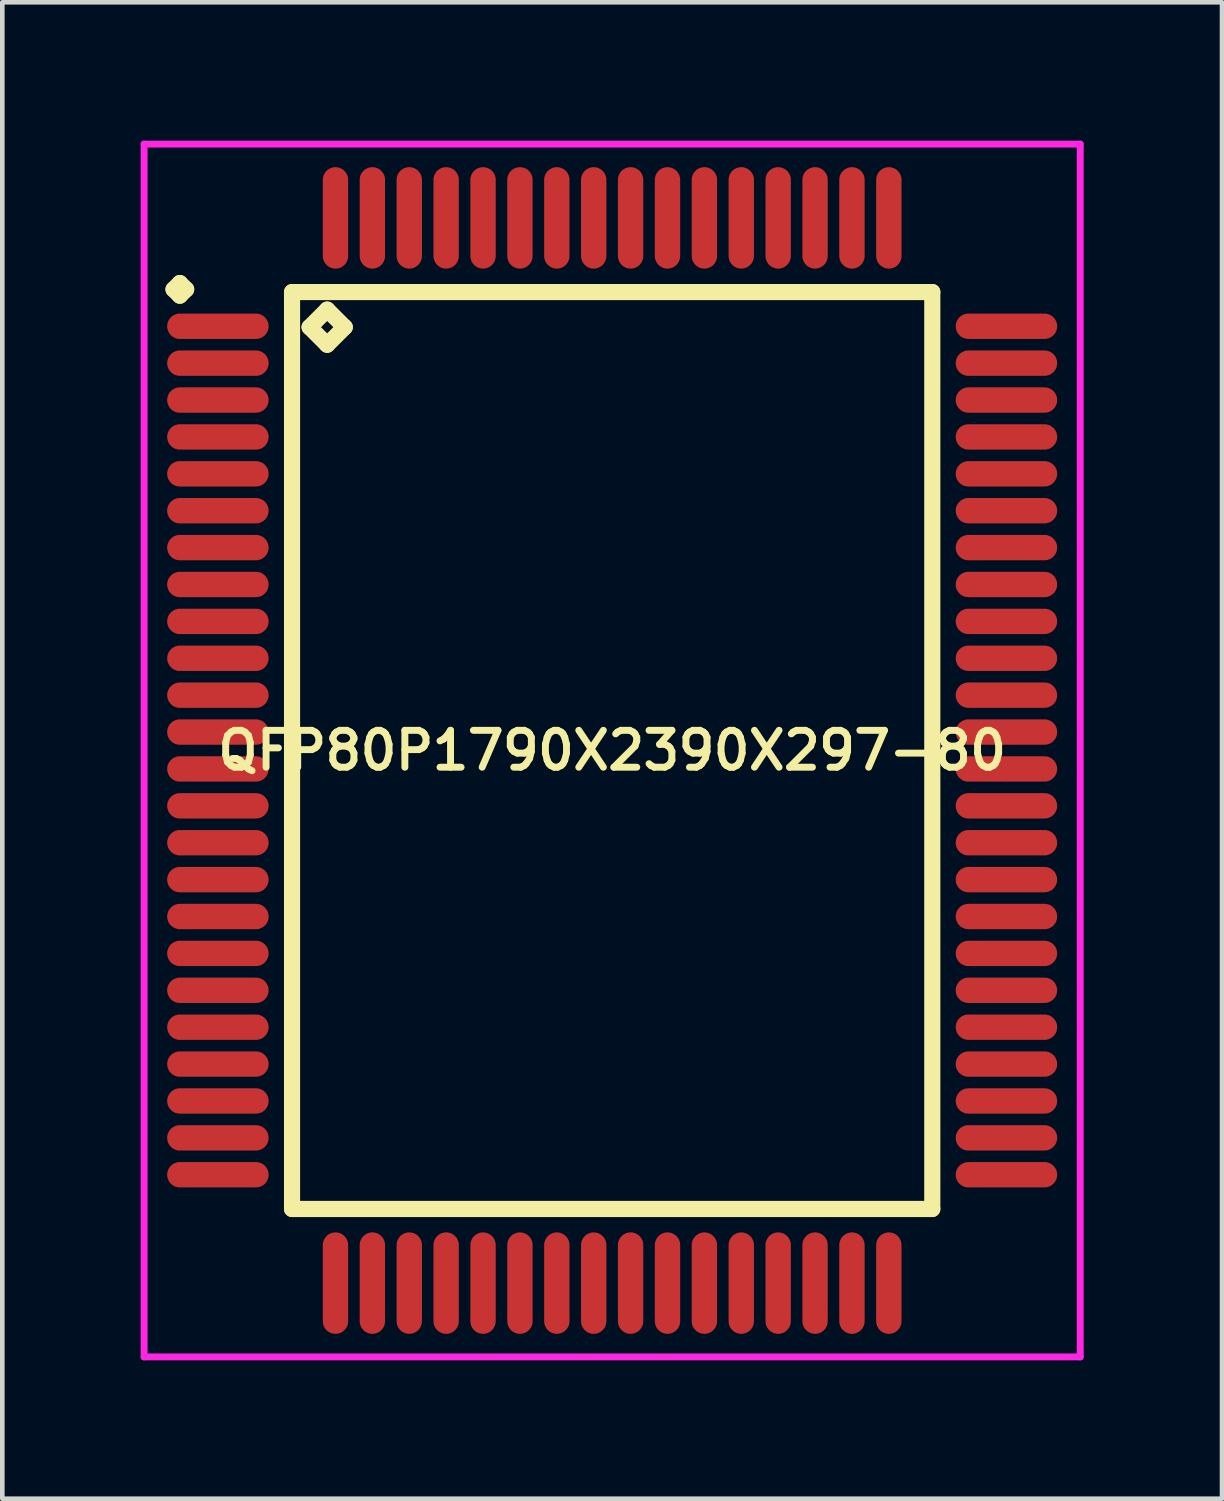
<source format=kicad_pcb>
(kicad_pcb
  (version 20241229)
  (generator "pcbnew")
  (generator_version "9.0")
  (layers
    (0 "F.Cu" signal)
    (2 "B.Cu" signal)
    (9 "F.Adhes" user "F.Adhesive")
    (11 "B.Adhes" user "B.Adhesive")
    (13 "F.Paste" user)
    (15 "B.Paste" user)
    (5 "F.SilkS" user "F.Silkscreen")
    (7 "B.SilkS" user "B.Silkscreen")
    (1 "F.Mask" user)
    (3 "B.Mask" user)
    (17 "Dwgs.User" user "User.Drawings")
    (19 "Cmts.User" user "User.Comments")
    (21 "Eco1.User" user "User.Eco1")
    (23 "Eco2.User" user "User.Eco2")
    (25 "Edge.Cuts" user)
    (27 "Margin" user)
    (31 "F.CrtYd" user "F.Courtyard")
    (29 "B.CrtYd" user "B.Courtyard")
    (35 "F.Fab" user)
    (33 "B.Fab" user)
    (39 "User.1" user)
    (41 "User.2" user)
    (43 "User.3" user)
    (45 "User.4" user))
  (footprint "QFP80P1790X2390X297-80"
    (layer "F.Cu")
    (at 10.225 13.225)
    (property "Reference" "QFP80P1790X2390X297-80" (at 0 0 0) (layer "F.SilkS") (effects (font (size 0.8 0.8) (thickness 0.15))))
    (attr smd)
    (fp_line (start -9.512 -10) (end -9.375 -10.137) (stroke (width 0.35) (type solid)) (layer "F.SilkS"))
    (fp_line (start -9.375 -10.137) (end -9.238 -10) (stroke (width 0.35) (type solid)) (layer "F.SilkS"))
    (fp_line (start -9.375 -9.863) (end -9.512 -10) (stroke (width 0.35) (type solid)) (layer "F.SilkS"))
    (fp_line (start -9.238 -10) (end -9.375 -9.863) (stroke (width 0.35) (type solid)) (layer "F.SilkS"))
    (fp_line (start -6.942 -9.942) (end -6.942 9.942) (stroke (width 0.35) (type solid)) (layer "F.SilkS"))
    (fp_line (start -6.942 9.942) (end 6.942 9.942) (stroke (width 0.35) (type solid)) (layer "F.SilkS"))
    (fp_line (start -6.561 -9.18) (end -6.18 -9.561) (stroke (width 0.35) (type solid)) (layer "F.SilkS"))
    (fp_line (start -6.18 -9.561) (end -5.799 -9.18) (stroke (width 0.35) (type solid)) (layer "F.SilkS"))
    (fp_line (start -6.18 -8.799) (end -6.561 -9.18) (stroke (width 0.35) (type solid)) (layer "F.SilkS"))
    (fp_line (start -5.799 -9.18) (end -6.18 -8.799) (stroke (width 0.35) (type solid)) (layer "F.SilkS"))
    (fp_line (start 6.942 -9.942) (end -6.942 -9.942) (stroke (width 0.35) (type solid)) (layer "F.SilkS"))
    (fp_line (start 6.942 9.942) (end 6.942 -9.942) (stroke (width 0.35) (type solid)) (layer "F.SilkS"))
    (fp_line (start -10.15 -13.15) (end 10.15 -13.15) (stroke (width 0.15) (type solid)) (layer "F.CrtYd"))
    (fp_line (start -10.15 13.15) (end -10.15 -13.15) (stroke (width 0.15) (type solid)) (layer "F.CrtYd"))
    (fp_line (start 10.15 -13.15) (end 10.15 13.15) (stroke (width 0.15) (type solid)) (layer "F.CrtYd"))
    (fp_line (start 10.15 13.15) (end -10.15 13.15) (stroke (width 0.15) (type solid)) (layer "F.CrtYd"))
    (pad "1" smd oval (at -8.55 -9.2) (size 2.2 0.55) (layers "F.Cu" "F.Mask" "F.Paste"))
    (pad "2" smd oval (at -8.55 -8.4) (size 2.2 0.55) (layers "F.Cu" "F.Mask" "F.Paste"))
    (pad "3" smd oval (at -8.55 -7.6) (size 2.2 0.55) (layers "F.Cu" "F.Mask" "F.Paste"))
    (pad "4" smd oval (at -8.55 -6.8) (size 2.2 0.55) (layers "F.Cu" "F.Mask" "F.Paste"))
    (pad "5" smd oval (at -8.55 -6) (size 2.2 0.55) (layers "F.Cu" "F.Mask" "F.Paste"))
    (pad "6" smd oval (at -8.55 -5.2) (size 2.2 0.55) (layers "F.Cu" "F.Mask" "F.Paste"))
    (pad "7" smd oval (at -8.55 -4.4) (size 2.2 0.55) (layers "F.Cu" "F.Mask" "F.Paste"))
    (pad "8" smd oval (at -8.55 -3.6) (size 2.2 0.55) (layers "F.Cu" "F.Mask" "F.Paste"))
    (pad "9" smd oval (at -8.55 -2.8) (size 2.2 0.55) (layers "F.Cu" "F.Mask" "F.Paste"))
    (pad "10" smd oval (at -8.55 -2) (size 2.2 0.55) (layers "F.Cu" "F.Mask" "F.Paste"))
    (pad "11" smd oval (at -8.55 -1.2) (size 2.2 0.55) (layers "F.Cu" "F.Mask" "F.Paste"))
    (pad "12" smd oval (at -8.55 -0.4) (size 2.2 0.55) (layers "F.Cu" "F.Mask" "F.Paste"))
    (pad "13" smd oval (at -8.55 0.4) (size 2.2 0.55) (layers "F.Cu" "F.Mask" "F.Paste"))
    (pad "14" smd oval (at -8.55 1.2) (size 2.2 0.55) (layers "F.Cu" "F.Mask" "F.Paste"))
    (pad "15" smd oval (at -8.55 2) (size 2.2 0.55) (layers "F.Cu" "F.Mask" "F.Paste"))
    (pad "16" smd oval (at -8.55 2.8) (size 2.2 0.55) (layers "F.Cu" "F.Mask" "F.Paste"))
    (pad "17" smd oval (at -8.55 3.6) (size 2.2 0.55) (layers "F.Cu" "F.Mask" "F.Paste"))
    (pad "18" smd oval (at -8.55 4.4) (size 2.2 0.55) (layers "F.Cu" "F.Mask" "F.Paste"))
    (pad "19" smd oval (at -8.55 5.2) (size 2.2 0.55) (layers "F.Cu" "F.Mask" "F.Paste"))
    (pad "20" smd oval (at -8.55 6) (size 2.2 0.55) (layers "F.Cu" "F.Mask" "F.Paste"))
    (pad "21" smd oval (at -8.55 6.8) (size 2.2 0.55) (layers "F.Cu" "F.Mask" "F.Paste"))
    (pad "22" smd oval (at -8.55 7.6) (size 2.2 0.55) (layers "F.Cu" "F.Mask" "F.Paste"))
    (pad "23" smd oval (at -8.55 8.4) (size 2.2 0.55) (layers "F.Cu" "F.Mask" "F.Paste"))
    (pad "24" smd oval (at -8.55 9.2) (size 2.2 0.55) (layers "F.Cu" "F.Mask" "F.Paste"))
    (pad "25" smd oval (at -6 11.55) (size 0.55 2.2) (layers "F.Cu" "F.Mask" "F.Paste"))
    (pad "26" smd oval (at -5.2 11.55) (size 0.55 2.2) (layers "F.Cu" "F.Mask" "F.Paste"))
    (pad "27" smd oval (at -4.4 11.55) (size 0.55 2.2) (layers "F.Cu" "F.Mask" "F.Paste"))
    (pad "28" smd oval (at -3.6 11.55) (size 0.55 2.2) (layers "F.Cu" "F.Mask" "F.Paste"))
    (pad "29" smd oval (at -2.8 11.55) (size 0.55 2.2) (layers "F.Cu" "F.Mask" "F.Paste"))
    (pad "30" smd oval (at -2 11.55) (size 0.55 2.2) (layers "F.Cu" "F.Mask" "F.Paste"))
    (pad "31" smd oval (at -1.2 11.55) (size 0.55 2.2) (layers "F.Cu" "F.Mask" "F.Paste"))
    (pad "32" smd oval (at -0.4 11.55) (size 0.55 2.2) (layers "F.Cu" "F.Mask" "F.Paste"))
    (pad "33" smd oval (at 0.4 11.55) (size 0.55 2.2) (layers "F.Cu" "F.Mask" "F.Paste"))
    (pad "34" smd oval (at 1.2 11.55) (size 0.55 2.2) (layers "F.Cu" "F.Mask" "F.Paste"))
    (pad "35" smd oval (at 2 11.55) (size 0.55 2.2) (layers "F.Cu" "F.Mask" "F.Paste"))
    (pad "36" smd oval (at 2.8 11.55) (size 0.55 2.2) (layers "F.Cu" "F.Mask" "F.Paste"))
    (pad "37" smd oval (at 3.6 11.55) (size 0.55 2.2) (layers "F.Cu" "F.Mask" "F.Paste"))
    (pad "38" smd oval (at 4.4 11.55) (size 0.55 2.2) (layers "F.Cu" "F.Mask" "F.Paste"))
    (pad "39" smd oval (at 5.2 11.55) (size 0.55 2.2) (layers "F.Cu" "F.Mask" "F.Paste"))
    (pad "40" smd oval (at 6 11.55) (size 0.55 2.2) (layers "F.Cu" "F.Mask" "F.Paste"))
    (pad "41" smd oval (at 8.55 9.2) (size 2.2 0.55) (layers "F.Cu" "F.Mask" "F.Paste"))
    (pad "42" smd oval (at 8.55 8.4) (size 2.2 0.55) (layers "F.Cu" "F.Mask" "F.Paste"))
    (pad "43" smd oval (at 8.55 7.6) (size 2.2 0.55) (layers "F.Cu" "F.Mask" "F.Paste"))
    (pad "44" smd oval (at 8.55 6.8) (size 2.2 0.55) (layers "F.Cu" "F.Mask" "F.Paste"))
    (pad "45" smd oval (at 8.55 6) (size 2.2 0.55) (layers "F.Cu" "F.Mask" "F.Paste"))
    (pad "46" smd oval (at 8.55 5.2) (size 2.2 0.55) (layers "F.Cu" "F.Mask" "F.Paste"))
    (pad "47" smd oval (at 8.55 4.4) (size 2.2 0.55) (layers "F.Cu" "F.Mask" "F.Paste"))
    (pad "48" smd oval (at 8.55 3.6) (size 2.2 0.55) (layers "F.Cu" "F.Mask" "F.Paste"))
    (pad "49" smd oval (at 8.55 2.8) (size 2.2 0.55) (layers "F.Cu" "F.Mask" "F.Paste"))
    (pad "50" smd oval (at 8.55 2) (size 2.2 0.55) (layers "F.Cu" "F.Mask" "F.Paste"))
    (pad "51" smd oval (at 8.55 1.2) (size 2.2 0.55) (layers "F.Cu" "F.Mask" "F.Paste"))
    (pad "52" smd oval (at 8.55 0.4) (size 2.2 0.55) (layers "F.Cu" "F.Mask" "F.Paste"))
    (pad "53" smd oval (at 8.55 -0.4) (size 2.2 0.55) (layers "F.Cu" "F.Mask" "F.Paste"))
    (pad "54" smd oval (at 8.55 -1.2) (size 2.2 0.55) (layers "F.Cu" "F.Mask" "F.Paste"))
    (pad "55" smd oval (at 8.55 -2) (size 2.2 0.55) (layers "F.Cu" "F.Mask" "F.Paste"))
    (pad "56" smd oval (at 8.55 -2.8) (size 2.2 0.55) (layers "F.Cu" "F.Mask" "F.Paste"))
    (pad "57" smd oval (at 8.55 -3.6) (size 2.2 0.55) (layers "F.Cu" "F.Mask" "F.Paste"))
    (pad "58" smd oval (at 8.55 -4.4) (size 2.2 0.55) (layers "F.Cu" "F.Mask" "F.Paste"))
    (pad "59" smd oval (at 8.55 -5.2) (size 2.2 0.55) (layers "F.Cu" "F.Mask" "F.Paste"))
    (pad "60" smd oval (at 8.55 -6) (size 2.2 0.55) (layers "F.Cu" "F.Mask" "F.Paste"))
    (pad "61" smd oval (at 8.55 -6.8) (size 2.2 0.55) (layers "F.Cu" "F.Mask" "F.Paste"))
    (pad "62" smd oval (at 8.55 -7.6) (size 2.2 0.55) (layers "F.Cu" "F.Mask" "F.Paste"))
    (pad "63" smd oval (at 8.55 -8.4) (size 2.2 0.55) (layers "F.Cu" "F.Mask" "F.Paste"))
    (pad "64" smd oval (at 8.55 -9.2) (size 2.2 0.55) (layers "F.Cu" "F.Mask" "F.Paste"))
    (pad "65" smd oval (at 6 -11.55) (size 0.55 2.2) (layers "F.Cu" "F.Mask" "F.Paste"))
    (pad "66" smd oval (at 5.2 -11.55) (size 0.55 2.2) (layers "F.Cu" "F.Mask" "F.Paste"))
    (pad "67" smd oval (at 4.4 -11.55) (size 0.55 2.2) (layers "F.Cu" "F.Mask" "F.Paste"))
    (pad "68" smd oval (at 3.6 -11.55) (size 0.55 2.2) (layers "F.Cu" "F.Mask" "F.Paste"))
    (pad "69" smd oval (at 2.8 -11.55) (size 0.55 2.2) (layers "F.Cu" "F.Mask" "F.Paste"))
    (pad "70" smd oval (at 2 -11.55) (size 0.55 2.2) (layers "F.Cu" "F.Mask" "F.Paste"))
    (pad "71" smd oval (at 1.2 -11.55) (size 0.55 2.2) (layers "F.Cu" "F.Mask" "F.Paste"))
    (pad "72" smd oval (at 0.4 -11.55) (size 0.55 2.2) (layers "F.Cu" "F.Mask" "F.Paste"))
    (pad "73" smd oval (at -0.4 -11.55) (size 0.55 2.2) (layers "F.Cu" "F.Mask" "F.Paste"))
    (pad "74" smd oval (at -1.2 -11.55) (size 0.55 2.2) (layers "F.Cu" "F.Mask" "F.Paste"))
    (pad "75" smd oval (at -2 -11.55) (size 0.55 2.2) (layers "F.Cu" "F.Mask" "F.Paste"))
    (pad "76" smd oval (at -2.8 -11.55) (size 0.55 2.2) (layers "F.Cu" "F.Mask" "F.Paste"))
    (pad "77" smd oval (at -3.6 -11.55) (size 0.55 2.2) (layers "F.Cu" "F.Mask" "F.Paste"))
    (pad "78" smd oval (at -4.4 -11.55) (size 0.55 2.2) (layers "F.Cu" "F.Mask" "F.Paste"))
    (pad "79" smd oval (at -5.2 -11.55) (size 0.55 2.2) (layers "F.Cu" "F.Mask" "F.Paste"))
    (pad "80" smd oval (at -6 -11.55) (size 0.55 2.2) (layers "F.Cu" "F.Mask" "F.Paste")))
  (gr_rect
    (start -3 -3)
    (end 23.45 29.45)
    (stroke (width 0.1) (type default))
    (fill no)
    (layer "Edge.Cuts")))
</source>
